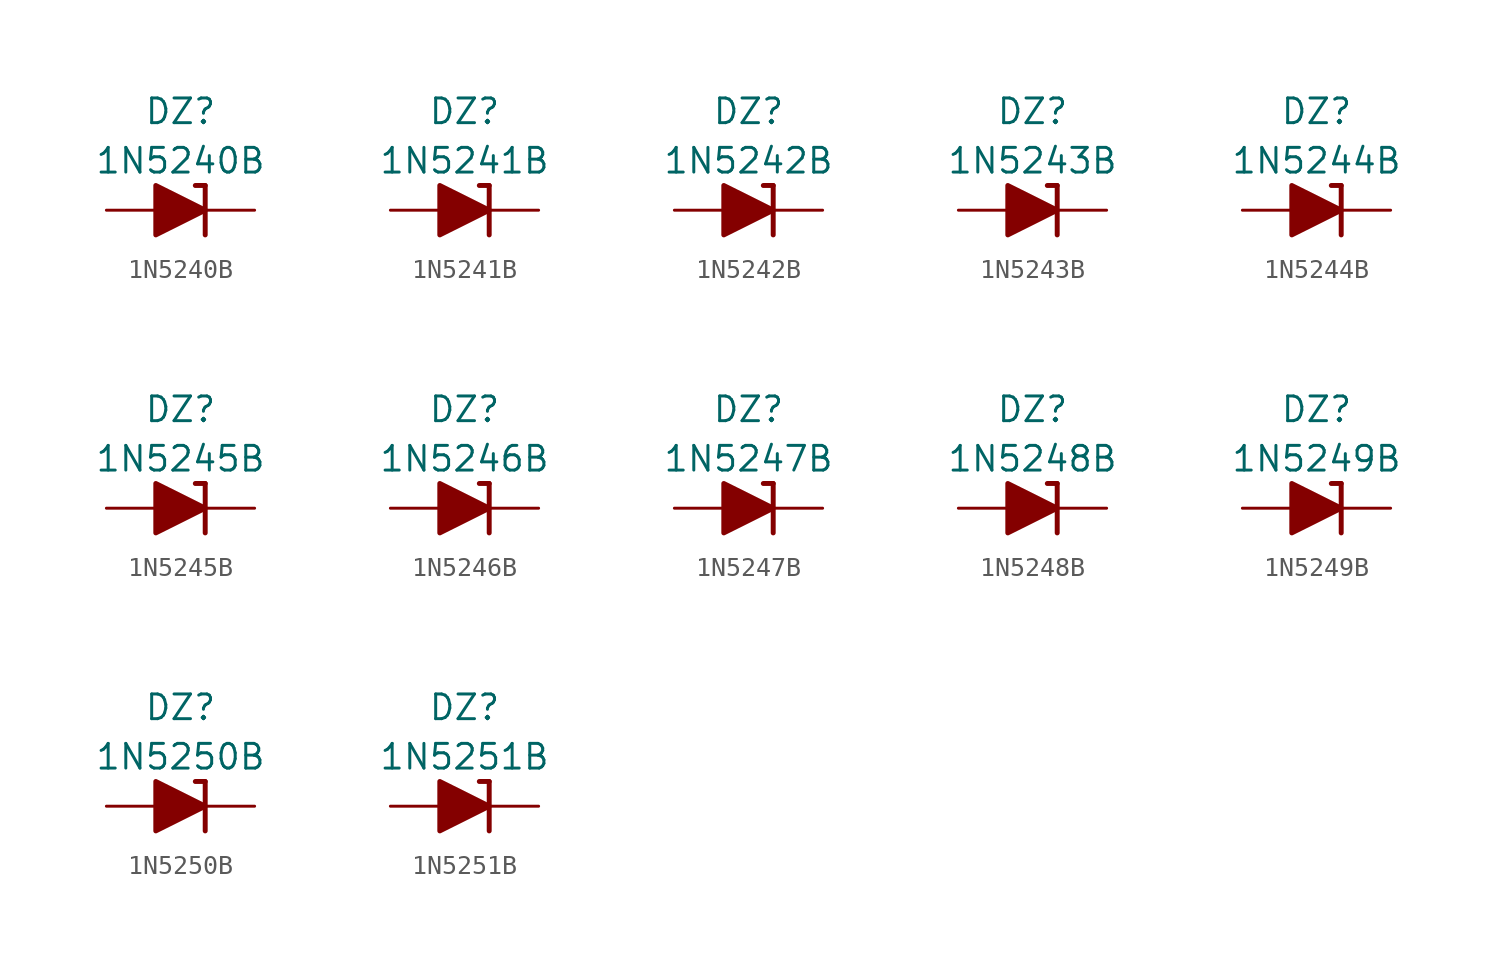
<source format=kicad_sym>
(kicad_symbol_lib
  (version 20211014)
  (generator kicad_symbol_editor)
  (symbol "1N5240B"
    (pin_numbers hide)
    (pin_names
      (offset 1.016) hide)
    (property "Reference" "DZ"
      (at 0 5.08 0)
      (effects (font (size 1.27 1.27))))
    (property "Value" "1N5240B"
      (at 0 2.54 0)
      (effects (font (size 1.27 1.27))))
    (symbol "1N5240B_0_1"
      (polyline (pts (xy -1.27 0) (xy 1.27 0)) (stroke (width 0) (type default) (color 0 0 0 0)) (fill (type none)))
      (polyline (pts (xy 1.27 1.27) (xy 0.762 1.27)) (stroke (width 0.254) (type default) (color 0 0 0 0)) (fill (type none)))
      (polyline (pts (xy 1.27 1.27) (xy 1.27 -1.27)) (stroke (width 0.254) (type default) (color 0 0 0 0)) (fill (type none)))
      (polyline (pts (xy -1.27 -1.27) (xy -1.27 1.27) (xy 1.27 0) (xy -1.27 -1.27)) (stroke (width 0.254) (type default) (color 0 0 0 0)) (fill (type outline))))
    (symbol "1N5240B_1_1"
      (pin passive line (at 3.81 0 180) (length 2.54) (name "K" (effects (font (size 1.27 1.27)))) (number "1" (effects (font (size 1.27 1.27)))))
      (pin passive line (at -3.81 0 0) (length 2.54) (name "A" (effects (font (size 1.27 1.27)))) (number "2" (effects (font (size 1.27 1.27)))))))
  (symbol "1N5241B"
    (pin_numbers hide)
    (pin_names
      (offset 1.016) hide)
    (property "Reference" "DZ"
      (at 0 5.08 0)
      (effects (font (size 1.27 1.27))))
    (property "Value" "1N5241B"
      (at 0 2.54 0)
      (effects (font (size 1.27 1.27))))
    (symbol "1N5241B_0_1"
      (polyline (pts (xy -1.27 0) (xy 1.27 0)) (stroke (width 0) (type default) (color 0 0 0 0)) (fill (type none)))
      (polyline (pts (xy 1.27 1.27) (xy 0.762 1.27)) (stroke (width 0.254) (type default) (color 0 0 0 0)) (fill (type none)))
      (polyline (pts (xy 1.27 1.27) (xy 1.27 -1.27)) (stroke (width 0.254) (type default) (color 0 0 0 0)) (fill (type none)))
      (polyline (pts (xy -1.27 -1.27) (xy -1.27 1.27) (xy 1.27 0) (xy -1.27 -1.27)) (stroke (width 0.254) (type default) (color 0 0 0 0)) (fill (type outline))))
    (symbol "1N5241B_1_1"
      (pin passive line (at 3.81 0 180) (length 2.54) (name "K" (effects (font (size 1.27 1.27)))) (number "1" (effects (font (size 1.27 1.27)))))
      (pin passive line (at -3.81 0 0) (length 2.54) (name "A" (effects (font (size 1.27 1.27)))) (number "2" (effects (font (size 1.27 1.27)))))))
  (symbol "1N5242B"
    (pin_numbers hide)
    (pin_names
      (offset 1.016) hide)
    (property "Reference" "DZ"
      (at 0 5.08 0)
      (effects (font (size 1.27 1.27))))
    (property "Value" "1N5242B"
      (at 0 2.54 0)
      (effects (font (size 1.27 1.27))))
    (symbol "1N5242B_0_1"
      (polyline (pts (xy -1.27 0) (xy 1.27 0)) (stroke (width 0) (type default) (color 0 0 0 0)) (fill (type none)))
      (polyline (pts (xy 1.27 1.27) (xy 0.762 1.27)) (stroke (width 0.254) (type default) (color 0 0 0 0)) (fill (type none)))
      (polyline (pts (xy 1.27 1.27) (xy 1.27 -1.27)) (stroke (width 0.254) (type default) (color 0 0 0 0)) (fill (type none)))
      (polyline (pts (xy -1.27 -1.27) (xy -1.27 1.27) (xy 1.27 0) (xy -1.27 -1.27)) (stroke (width 0.254) (type default) (color 0 0 0 0)) (fill (type outline))))
    (symbol "1N5242B_1_1"
      (pin passive line (at 3.81 0 180) (length 2.54) (name "K" (effects (font (size 1.27 1.27)))) (number "1" (effects (font (size 1.27 1.27)))))
      (pin passive line (at -3.81 0 0) (length 2.54) (name "A" (effects (font (size 1.27 1.27)))) (number "2" (effects (font (size 1.27 1.27)))))))
  (symbol "1N5243B"
    (pin_numbers hide)
    (pin_names
      (offset 1.016) hide)
    (property "Reference" "DZ"
      (at 0 5.08 0)
      (effects (font (size 1.27 1.27))))
    (property "Value" "1N5243B"
      (at 0 2.54 0)
      (effects (font (size 1.27 1.27))))
    (symbol "1N5243B_0_1"
      (polyline (pts (xy -1.27 0) (xy 1.27 0)) (stroke (width 0) (type default) (color 0 0 0 0)) (fill (type none)))
      (polyline (pts (xy 1.27 1.27) (xy 0.762 1.27)) (stroke (width 0.254) (type default) (color 0 0 0 0)) (fill (type none)))
      (polyline (pts (xy 1.27 1.27) (xy 1.27 -1.27)) (stroke (width 0.254) (type default) (color 0 0 0 0)) (fill (type none)))
      (polyline (pts (xy -1.27 -1.27) (xy -1.27 1.27) (xy 1.27 0) (xy -1.27 -1.27)) (stroke (width 0.254) (type default) (color 0 0 0 0)) (fill (type outline))))
    (symbol "1N5243B_1_1"
      (pin passive line (at 3.81 0 180) (length 2.54) (name "K" (effects (font (size 1.27 1.27)))) (number "1" (effects (font (size 1.27 1.27)))))
      (pin passive line (at -3.81 0 0) (length 2.54) (name "A" (effects (font (size 1.27 1.27)))) (number "2" (effects (font (size 1.27 1.27)))))))
  (symbol "1N5244B"
    (pin_numbers hide)
    (pin_names
      (offset 1.016) hide)
    (property "Reference" "DZ"
      (at 0 5.08 0)
      (effects (font (size 1.27 1.27))))
    (property "Value" "1N5244B"
      (at 0 2.54 0)
      (effects (font (size 1.27 1.27))))
    (symbol "1N5244B_0_1"
      (polyline (pts (xy -1.27 0) (xy 1.27 0)) (stroke (width 0) (type default) (color 0 0 0 0)) (fill (type none)))
      (polyline (pts (xy 1.27 1.27) (xy 0.762 1.27)) (stroke (width 0.254) (type default) (color 0 0 0 0)) (fill (type none)))
      (polyline (pts (xy 1.27 1.27) (xy 1.27 -1.27)) (stroke (width 0.254) (type default) (color 0 0 0 0)) (fill (type none)))
      (polyline (pts (xy -1.27 -1.27) (xy -1.27 1.27) (xy 1.27 0) (xy -1.27 -1.27)) (stroke (width 0.254) (type default) (color 0 0 0 0)) (fill (type outline))))
    (symbol "1N5244B_1_1"
      (pin passive line (at 3.81 0 180) (length 2.54) (name "K" (effects (font (size 1.27 1.27)))) (number "1" (effects (font (size 1.27 1.27)))))
      (pin passive line (at -3.81 0 0) (length 2.54) (name "A" (effects (font (size 1.27 1.27)))) (number "2" (effects (font (size 1.27 1.27)))))))
  (symbol "1N5245B"
    (pin_numbers hide)
    (pin_names
      (offset 1.016) hide)
    (property "Reference" "DZ"
      (at 0 5.08 0)
      (effects (font (size 1.27 1.27))))
    (property "Value" "1N5245B"
      (at 0 2.54 0)
      (effects (font (size 1.27 1.27))))
    (symbol "1N5245B_0_1"
      (polyline (pts (xy -1.27 0) (xy 1.27 0)) (stroke (width 0) (type default) (color 0 0 0 0)) (fill (type none)))
      (polyline (pts (xy 1.27 1.27) (xy 0.762 1.27)) (stroke (width 0.254) (type default) (color 0 0 0 0)) (fill (type none)))
      (polyline (pts (xy 1.27 1.27) (xy 1.27 -1.27)) (stroke (width 0.254) (type default) (color 0 0 0 0)) (fill (type none)))
      (polyline (pts (xy -1.27 -1.27) (xy -1.27 1.27) (xy 1.27 0) (xy -1.27 -1.27)) (stroke (width 0.254) (type default) (color 0 0 0 0)) (fill (type outline))))
    (symbol "1N5245B_1_1"
      (pin passive line (at 3.81 0 180) (length 2.54) (name "K" (effects (font (size 1.27 1.27)))) (number "1" (effects (font (size 1.27 1.27)))))
      (pin passive line (at -3.81 0 0) (length 2.54) (name "A" (effects (font (size 1.27 1.27)))) (number "2" (effects (font (size 1.27 1.27)))))))
  (symbol "1N5246B"
    (pin_numbers hide)
    (pin_names
      (offset 1.016) hide)
    (property "Reference" "DZ"
      (at 0 5.08 0)
      (effects (font (size 1.27 1.27))))
    (property "Value" "1N5246B"
      (at 0 2.54 0)
      (effects (font (size 1.27 1.27))))
    (symbol "1N5246B_0_1"
      (polyline (pts (xy -1.27 0) (xy 1.27 0)) (stroke (width 0) (type default) (color 0 0 0 0)) (fill (type none)))
      (polyline (pts (xy 1.27 1.27) (xy 0.762 1.27)) (stroke (width 0.254) (type default) (color 0 0 0 0)) (fill (type none)))
      (polyline (pts (xy 1.27 1.27) (xy 1.27 -1.27)) (stroke (width 0.254) (type default) (color 0 0 0 0)) (fill (type none)))
      (polyline (pts (xy -1.27 -1.27) (xy -1.27 1.27) (xy 1.27 0) (xy -1.27 -1.27)) (stroke (width 0.254) (type default) (color 0 0 0 0)) (fill (type outline))))
    (symbol "1N5246B_1_1"
      (pin passive line (at 3.81 0 180) (length 2.54) (name "K" (effects (font (size 1.27 1.27)))) (number "1" (effects (font (size 1.27 1.27)))))
      (pin passive line (at -3.81 0 0) (length 2.54) (name "A" (effects (font (size 1.27 1.27)))) (number "2" (effects (font (size 1.27 1.27)))))))
  (symbol "1N5247B"
    (pin_numbers hide)
    (pin_names
      (offset 1.016) hide)
    (property "Reference" "DZ"
      (at 0 5.08 0)
      (effects (font (size 1.27 1.27))))
    (property "Value" "1N5247B"
      (at 0 2.54 0)
      (effects (font (size 1.27 1.27))))
    (symbol "1N5247B_0_1"
      (polyline (pts (xy -1.27 0) (xy 1.27 0)) (stroke (width 0) (type default) (color 0 0 0 0)) (fill (type none)))
      (polyline (pts (xy 1.27 1.27) (xy 0.762 1.27)) (stroke (width 0.254) (type default) (color 0 0 0 0)) (fill (type none)))
      (polyline (pts (xy 1.27 1.27) (xy 1.27 -1.27)) (stroke (width 0.254) (type default) (color 0 0 0 0)) (fill (type none)))
      (polyline (pts (xy -1.27 -1.27) (xy -1.27 1.27) (xy 1.27 0) (xy -1.27 -1.27)) (stroke (width 0.254) (type default) (color 0 0 0 0)) (fill (type outline))))
    (symbol "1N5247B_1_1"
      (pin passive line (at 3.81 0 180) (length 2.54) (name "K" (effects (font (size 1.27 1.27)))) (number "1" (effects (font (size 1.27 1.27)))))
      (pin passive line (at -3.81 0 0) (length 2.54) (name "A" (effects (font (size 1.27 1.27)))) (number "2" (effects (font (size 1.27 1.27)))))))
  (symbol "1N5248B"
    (pin_numbers hide)
    (pin_names
      (offset 1.016) hide)
    (property "Reference" "DZ"
      (at 0 5.08 0)
      (effects (font (size 1.27 1.27))))
    (property "Value" "1N5248B"
      (at 0 2.54 0)
      (effects (font (size 1.27 1.27))))
    (symbol "1N5248B_0_1"
      (polyline (pts (xy -1.27 0) (xy 1.27 0)) (stroke (width 0) (type default) (color 0 0 0 0)) (fill (type none)))
      (polyline (pts (xy 1.27 1.27) (xy 0.762 1.27)) (stroke (width 0.254) (type default) (color 0 0 0 0)) (fill (type none)))
      (polyline (pts (xy 1.27 1.27) (xy 1.27 -1.27)) (stroke (width 0.254) (type default) (color 0 0 0 0)) (fill (type none)))
      (polyline (pts (xy -1.27 -1.27) (xy -1.27 1.27) (xy 1.27 0) (xy -1.27 -1.27)) (stroke (width 0.254) (type default) (color 0 0 0 0)) (fill (type outline))))
    (symbol "1N5248B_1_1"
      (pin passive line (at 3.81 0 180) (length 2.54) (name "K" (effects (font (size 1.27 1.27)))) (number "1" (effects (font (size 1.27 1.27)))))
      (pin passive line (at -3.81 0 0) (length 2.54) (name "A" (effects (font (size 1.27 1.27)))) (number "2" (effects (font (size 1.27 1.27)))))))
  (symbol "1N5249B"
    (pin_numbers hide)
    (pin_names
      (offset 1.016) hide)
    (property "Reference" "DZ"
      (at 0 5.08 0)
      (effects (font (size 1.27 1.27))))
    (property "Value" "1N5249B"
      (at 0 2.54 0)
      (effects (font (size 1.27 1.27))))
    (symbol "1N5249B_0_1"
      (polyline (pts (xy -1.27 0) (xy 1.27 0)) (stroke (width 0) (type default) (color 0 0 0 0)) (fill (type none)))
      (polyline (pts (xy 1.27 1.27) (xy 0.762 1.27)) (stroke (width 0.254) (type default) (color 0 0 0 0)) (fill (type none)))
      (polyline (pts (xy 1.27 1.27) (xy 1.27 -1.27)) (stroke (width 0.254) (type default) (color 0 0 0 0)) (fill (type none)))
      (polyline (pts (xy -1.27 -1.27) (xy -1.27 1.27) (xy 1.27 0) (xy -1.27 -1.27)) (stroke (width 0.254) (type default) (color 0 0 0 0)) (fill (type outline))))
    (symbol "1N5249B_1_1"
      (pin passive line (at 3.81 0 180) (length 2.54) (name "K" (effects (font (size 1.27 1.27)))) (number "1" (effects (font (size 1.27 1.27)))))
      (pin passive line (at -3.81 0 0) (length 2.54) (name "A" (effects (font (size 1.27 1.27)))) (number "2" (effects (font (size 1.27 1.27)))))))
  (symbol "1N5250B"
    (pin_numbers hide)
    (pin_names
      (offset 1.016) hide)
    (property "Reference" "DZ"
      (at 0 5.08 0)
      (effects (font (size 1.27 1.27))))
    (property "Value" "1N5250B"
      (at 0 2.54 0)
      (effects (font (size 1.27 1.27))))
    (symbol "1N5250B_0_1"
      (polyline (pts (xy -1.27 0) (xy 1.27 0)) (stroke (width 0) (type default) (color 0 0 0 0)) (fill (type none)))
      (polyline (pts (xy 1.27 1.27) (xy 0.762 1.27)) (stroke (width 0.254) (type default) (color 0 0 0 0)) (fill (type none)))
      (polyline (pts (xy 1.27 1.27) (xy 1.27 -1.27)) (stroke (width 0.254) (type default) (color 0 0 0 0)) (fill (type none)))
      (polyline (pts (xy -1.27 -1.27) (xy -1.27 1.27) (xy 1.27 0) (xy -1.27 -1.27)) (stroke (width 0.254) (type default) (color 0 0 0 0)) (fill (type outline))))
    (symbol "1N5250B_1_1"
      (pin passive line (at 3.81 0 180) (length 2.54) (name "K" (effects (font (size 1.27 1.27)))) (number "1" (effects (font (size 1.27 1.27)))))
      (pin passive line (at -3.81 0 0) (length 2.54) (name "A" (effects (font (size 1.27 1.27)))) (number "2" (effects (font (size 1.27 1.27)))))))
  (symbol "1N5251B"
    (pin_numbers hide)
    (pin_names
      (offset 1.016) hide)
    (property "Reference" "DZ"
      (at 0 5.08 0)
      (effects (font (size 1.27 1.27))))
    (property "Value" "1N5251B"
      (at 0 2.54 0)
      (effects (font (size 1.27 1.27))))
    (symbol "1N5251B_0_1"
      (polyline (pts (xy -1.27 0) (xy 1.27 0)) (stroke (width 0) (type default) (color 0 0 0 0)) (fill (type none)))
      (polyline (pts (xy 1.27 1.27) (xy 0.762 1.27)) (stroke (width 0.254) (type default) (color 0 0 0 0)) (fill (type none)))
      (polyline (pts (xy 1.27 1.27) (xy 1.27 -1.27)) (stroke (width 0.254) (type default) (color 0 0 0 0)) (fill (type none)))
      (polyline (pts (xy -1.27 -1.27) (xy -1.27 1.27) (xy 1.27 0) (xy -1.27 -1.27)) (stroke (width 0.254) (type default) (color 0 0 0 0)) (fill (type outline))))
    (symbol "1N5251B_1_1"
      (pin passive line (at 3.81 0 180) (length 2.54) (name "K" (effects (font (size 1.27 1.27)))) (number "1" (effects (font (size 1.27 1.27)))))
      (pin passive line (at -3.81 0 0) (length 2.54) (name "A" (effects (font (size 1.27 1.27)))) (number "2" (effects (font (size 1.27 1.27))))))))
</source>
